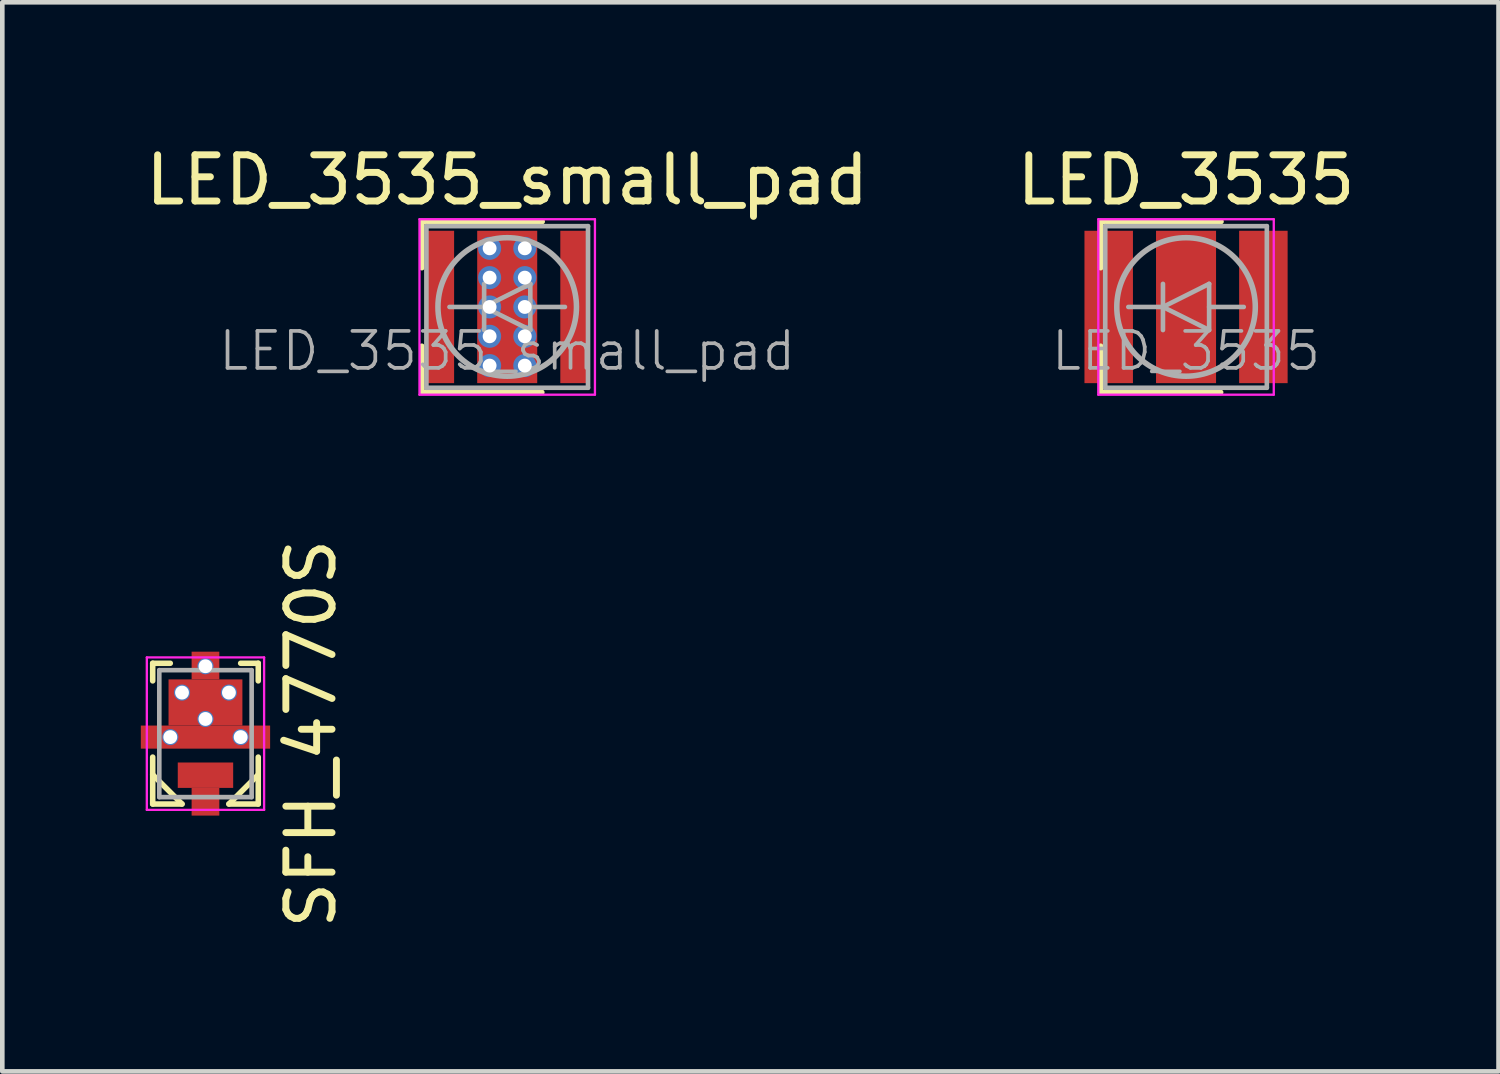
<source format=kicad_pcb>
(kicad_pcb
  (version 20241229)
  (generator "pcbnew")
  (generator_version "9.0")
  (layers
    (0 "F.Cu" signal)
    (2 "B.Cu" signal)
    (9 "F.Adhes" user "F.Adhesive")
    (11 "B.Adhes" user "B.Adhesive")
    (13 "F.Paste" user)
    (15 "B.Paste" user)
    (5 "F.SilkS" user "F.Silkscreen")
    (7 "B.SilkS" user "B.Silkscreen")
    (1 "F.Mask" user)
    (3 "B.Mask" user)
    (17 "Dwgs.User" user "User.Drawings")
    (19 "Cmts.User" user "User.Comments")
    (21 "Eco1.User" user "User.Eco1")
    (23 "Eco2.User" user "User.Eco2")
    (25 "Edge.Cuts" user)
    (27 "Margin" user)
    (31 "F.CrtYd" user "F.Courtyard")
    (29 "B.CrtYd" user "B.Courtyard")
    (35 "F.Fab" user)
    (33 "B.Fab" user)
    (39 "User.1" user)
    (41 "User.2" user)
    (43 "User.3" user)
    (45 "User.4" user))
  (footprint "LED_3535_small_pad"
    (layer "F.Cu")
    (at 7.935 3.598)
    (property "Reference" "LED_3535_small_pad" (at 0 -2.75 0) (layer "F.SilkS") (effects (font (size 1 1) (thickness 0.15))))
    (attr smd)
    (fp_line (start -1.85 -1.85) (end -1.85 -0.85) (stroke (width 0.12) (type solid)) (layer "F.SilkS"))
    (fp_line (start -1.85 1.85) (end -1.85 0.85) (stroke (width 0.12) (type solid)) (layer "F.SilkS"))
    (fp_line (start 0.75 1.85) (end -1.85 1.85) (stroke (width 0.12) (type solid)) (layer "F.SilkS"))
    (fp_line (start 0.758 -1.85) (end -1.841 -1.85) (stroke (width 0.12) (type solid)) (layer "F.SilkS"))
    (fp_line (start -1.9 -1.9) (end -1.9 1.9) (stroke (width 0.05) (type solid)) (layer "F.CrtYd"))
    (fp_line (start -1.9 1.9) (end 1.9 1.9) (stroke (width 0.05) (type solid)) (layer "F.CrtYd"))
    (fp_line (start 1.9 -1.9) (end -1.9 -1.9) (stroke (width 0.05) (type solid)) (layer "F.CrtYd"))
    (fp_line (start 1.9 1.9) (end 1.9 -1.9) (stroke (width 0.05) (type solid)) (layer "F.CrtYd"))
    (fp_line (start -1.75 -1.75) (end -1.75 1.75) (stroke (width 0.1) (type solid)) (layer "F.Fab"))
    (fp_line (start -1.75 1.75) (end 1.75 1.75) (stroke (width 0.1) (type solid)) (layer "F.Fab"))
    (fp_line (start -1.25 0) (end -0.5 0) (stroke (width 0.1) (type solid)) (layer "F.Fab"))
    (fp_line (start -0.5 -0.5) (end -0.5 0.5) (stroke (width 0.1) (type solid)) (layer "F.Fab"))
    (fp_line (start -0.5 0) (end 0.5 -0.5) (stroke (width 0.1) (type solid)) (layer "F.Fab"))
    (fp_line (start 0.5 -0.5) (end 0.5 0.5) (stroke (width 0.1) (type solid)) (layer "F.Fab"))
    (fp_line (start 0.5 0.5) (end -0.5 0) (stroke (width 0.1) (type solid)) (layer "F.Fab"))
    (fp_line (start 1.25 0) (end 0.5 0) (stroke (width 0.1) (type solid)) (layer "F.Fab"))
    (fp_line (start 1.75 -1.75) (end -1.75 -1.75) (stroke (width 0.1) (type solid)) (layer "F.Fab"))
    (fp_line (start 1.75 -1.75) (end 1.75 1.75) (stroke (width 0.1) (type solid)) (layer "F.Fab"))
    (fp_circle (center 0 0) (end 1.5 0) (stroke (width 0.12) (type solid)) (fill no) (layer "F.Fab"))
    (fp_text user "${REFERENCE}" (at 0 0.953 0) (layer "F.Fab") (effects (font (size 0.8 0.8) (thickness 0.08))))
    (pad "" smd rect (at 0 -1.079) (size 1.1 1) (layers "F.Paste"))
    (pad "" smd rect (at 0 0) (size 1.1 1) (layers "F.Paste"))
    (pad "" smd rect (at 0 0) (size 3.3 3.3) (layers "B.Mask"))
    (pad "" smd rect (at 0 1.079) (size 1.1 1) (layers "F.Paste"))
    (pad "1" smd rect (at -1.45 0) (size 0.6 3.3) (layers "F.Cu" "F.Mask" "F.Paste"))
    (pad "2" smd rect (at 1.45 0) (size 0.6 3.3) (layers "F.Cu" "F.Mask" "F.Paste"))
    (pad "3" thru_hole circle (at -0.381 -1.27) (size 0.5 0.5) (drill 0.3) (layers "*.Cu"))
    (pad "3" thru_hole circle (at -0.381 -0.635) (size 0.5 0.5) (drill 0.3) (layers "*.Cu"))
    (pad "3" thru_hole circle (at -0.381 0) (size 0.5 0.5) (drill 0.3) (layers "*.Cu"))
    (pad "3" thru_hole circle (at -0.381 0.635) (size 0.5 0.5) (drill 0.3) (layers "*.Cu"))
    (pad "3" thru_hole circle (at -0.381 1.27) (size 0.5 0.5) (drill 0.3) (layers "*.Cu"))
    (pad "3" smd rect (at 0 0) (size 1.3 3.3) (layers "*.Mask" "F.Cu"))
    (pad "3" thru_hole circle (at 0.381 -1.27) (size 0.5 0.5) (drill 0.3) (layers "*.Cu"))
    (pad "3" thru_hole circle (at 0.381 -0.635) (size 0.5 0.5) (drill 0.3) (layers "*.Cu"))
    (pad "3" thru_hole circle (at 0.381 0) (size 0.5 0.5) (drill 0.3) (layers "*.Cu"))
    (pad "3" thru_hole circle (at 0.381 0.635) (size 0.5 0.5) (drill 0.3) (layers "*.Cu"))
    (pad "3" thru_hole circle (at 0.381 1.27) (size 0.5 0.5) (drill 0.3) (layers "*.Cu")))
  (footprint "LED_3535"
    (layer "F.Cu")
    (at 22.637 3.598)
    (property "Reference" "LED_3535" (at 0 -2.75 0) (layer "F.SilkS") (effects (font (size 1 1) (thickness 0.15))))
    (attr smd)
    (fp_line (start -1.85 -1.85) (end -1.85 -0.85) (stroke (width 0.12) (type solid)) (layer "F.SilkS"))
    (fp_line (start -1.85 1.85) (end -1.85 0.85) (stroke (width 0.12) (type solid)) (layer "F.SilkS"))
    (fp_line (start 0.75 1.85) (end -1.85 1.85) (stroke (width 0.12) (type solid)) (layer "F.SilkS"))
    (fp_line (start 0.758 -1.85) (end -1.841 -1.85) (stroke (width 0.12) (type solid)) (layer "F.SilkS"))
    (fp_line (start -1.9 -1.9) (end -1.9 1.9) (stroke (width 0.05) (type solid)) (layer "F.CrtYd"))
    (fp_line (start -1.9 1.9) (end 1.9 1.9) (stroke (width 0.05) (type solid)) (layer "F.CrtYd"))
    (fp_line (start 1.9 -1.9) (end -1.9 -1.9) (stroke (width 0.05) (type solid)) (layer "F.CrtYd"))
    (fp_line (start 1.9 1.9) (end 1.9 -1.9) (stroke (width 0.05) (type solid)) (layer "F.CrtYd"))
    (fp_line (start -1.75 -1.75) (end -1.75 1.75) (stroke (width 0.1) (type solid)) (layer "F.Fab"))
    (fp_line (start -1.75 1.75) (end 1.75 1.75) (stroke (width 0.1) (type solid)) (layer "F.Fab"))
    (fp_line (start -1.25 0) (end -0.5 0) (stroke (width 0.1) (type solid)) (layer "F.Fab"))
    (fp_line (start -0.5 -0.5) (end -0.5 0.5) (stroke (width 0.1) (type solid)) (layer "F.Fab"))
    (fp_line (start -0.5 0) (end 0.5 -0.5) (stroke (width 0.1) (type solid)) (layer "F.Fab"))
    (fp_line (start 0.5 -0.5) (end 0.5 0.5) (stroke (width 0.1) (type solid)) (layer "F.Fab"))
    (fp_line (start 0.5 0.5) (end -0.5 0) (stroke (width 0.1) (type solid)) (layer "F.Fab"))
    (fp_line (start 1.25 0) (end 0.5 0) (stroke (width 0.1) (type solid)) (layer "F.Fab"))
    (fp_line (start 1.75 -1.75) (end -1.75 -1.75) (stroke (width 0.1) (type solid)) (layer "F.Fab"))
    (fp_line (start 1.75 -1.75) (end 1.75 1.75) (stroke (width 0.1) (type solid)) (layer "F.Fab"))
    (fp_circle (center 0 0) (end 1.5 0) (stroke (width 0.12) (type solid)) (fill no) (layer "F.Fab"))
    (fp_text user "${REFERENCE}" (at 0 0.953 0) (layer "F.Fab") (effects (font (size 0.8 0.8) (thickness 0.08))))
    (pad "" smd rect (at 0 -1) (size 1.01 0.75) (layers "F.Paste"))
    (pad "" smd rect (at 0 0) (size 1.01 0.75) (layers "F.Paste"))
    (pad "" smd rect (at 0 1) (size 1.01 0.75) (layers "F.Paste"))
    (pad "1" smd rect (at -1.675 0) (size 1.05 3.3) (layers "F.Cu" "F.Mask" "F.Paste"))
    (pad "2" smd rect (at 1.675 0) (size 1.05 3.3) (layers "F.Cu" "F.Mask" "F.Paste"))
    (pad "3" smd rect (at 0 0) (size 1.3 3.3) (layers "F.Cu" "F.Mask")))
  (footprint "SFH_4770S"
    (layer "F.Cu")
    (at 1.4 12.839)
    (property "Reference" "SFH_4770S" (at 2.286 0 90) (layer "F.SilkS") (effects (font (size 1 1) (thickness 0.15))))
    (attr smd)
    (fp_line (start -1.143 -1.524) (end -0.762 -1.524) (stroke (width 0.12) (type solid)) (layer "F.SilkS"))
    (fp_line (start -1.143 -1.143) (end -1.143 -1.524) (stroke (width 0.12) (type solid)) (layer "F.SilkS"))
    (fp_line (start -1.143 0.508) (end -1.143 1.524) (stroke (width 0.12) (type solid)) (layer "F.SilkS"))
    (fp_line (start -1.143 1.524) (end -0.508 1.524) (stroke (width 0.12) (type solid)) (layer "F.SilkS"))
    (fp_line (start -0.508 1.524) (end -1.143 0.889) (stroke (width 0.12) (type solid)) (layer "F.SilkS"))
    (fp_line (start 0.508 1.524) (end 1.143 0.889) (stroke (width 0.12) (type solid)) (layer "F.SilkS"))
    (fp_line (start 0.508 1.524) (end 1.143 1.524) (stroke (width 0.12) (type solid)) (layer "F.SilkS"))
    (fp_line (start 0.762 -1.524) (end 1.143 -1.524) (stroke (width 0.12) (type solid)) (layer "F.SilkS"))
    (fp_line (start 1.143 -1.524) (end 1.143 -1.143) (stroke (width 0.12) (type solid)) (layer "F.SilkS"))
    (fp_line (start 1.143 1.524) (end 1.143 0.508) (stroke (width 0.12) (type solid)) (layer "F.SilkS"))
    (fp_line (start -1.27 -1.651) (end 1.27 -1.651) (stroke (width 0.05) (type solid)) (layer "F.CrtYd"))
    (fp_line (start -1.27 1.651) (end -1.27 -1.651) (stroke (width 0.05) (type solid)) (layer "F.CrtYd"))
    (fp_line (start 1.27 -1.651) (end 1.27 1.651) (stroke (width 0.05) (type solid)) (layer "F.CrtYd"))
    (fp_line (start 1.27 1.651) (end -1.27 1.651) (stroke (width 0.05) (type solid)) (layer "F.CrtYd"))
    (fp_line (start -1 -1.375) (end -1 1.375) (stroke (width 0.1) (type solid)) (layer "F.Fab"))
    (fp_line (start -1 -1.375) (end 1 -1.375) (stroke (width 0.1) (type solid)) (layer "F.Fab"))
    (fp_line (start 1 1.375) (end -1 1.375) (stroke (width 0.1) (type solid)) (layer "F.Fab"))
    (fp_line (start 1 1.375) (end 1 -1.375) (stroke (width 0.1) (type solid)) (layer "F.Fab"))
    (pad "" smd rect (at -0.725 0.075) (size 1.25 0.4) (layers "F.Paste"))
    (pad "" smd rect (at -0.425 -0.625) (size 0.65 1) (layers "F.Paste"))
    (pad "" smd rect (at 0 -1.525) (size 0.5 0.4) (layers "F.Paste"))
    (pad "" smd rect (at 0 0.875) (size 1.1 0.4) (layers "F.Paste"))
    (pad "" smd rect (at 0 1.375) (size 0.5 0.6) (layers "F.Paste"))
    (pad "" smd rect (at 0.425 -0.625) (size 0.65 1) (layers "F.Paste"))
    (pad "" smd rect (at 0.725 0.075) (size 1.25 0.4) (layers "F.Paste"))
    (pad "1" smd rect (at 0 0.9) (size 1.2 0.55) (layers "F.Cu" "F.Mask"))
    (pad "1" smd rect (at 0 1.475) (size 0.6 0.6) (layers "F.Cu" "F.Mask"))
    (pad "2" thru_hole circle (at -0.762 0.075) (size 0.35 0.35) (drill 0.3) (layers "*.Cu" "*.Mask"))
    (pad "2" thru_hole circle (at -0.508 -0.889) (size 0.35 0.35) (drill 0.3) (layers "*.Cu" "*.Mask"))
    (pad "2" smd rect (at 0 -1.475) (size 0.6 0.6) (layers "F.Cu" "F.Mask"))
    (pad "2" thru_hole circle (at 0 -1.46) (size 0.35 0.35) (drill 0.3) (layers "*.Cu" "*.Mask"))
    (pad "2" smd rect (at 0 -0.675) (size 1.6 1) (layers "F.Cu" "F.Mask"))
    (pad "2" thru_hole circle (at 0 -0.318) (size 0.35 0.35) (drill 0.3) (layers "*.Cu" "*.Mask"))
    (pad "2" smd rect (at 0 0.075) (size 2.8 0.5) (layers "F.Cu" "F.Mask"))
    (pad "2" thru_hole circle (at 0.508 -0.889) (size 0.35 0.35) (drill 0.3) (layers "*.Cu" "*.Mask"))
    (pad "2" thru_hole circle (at 0.762 0.075) (size 0.35 0.35) (drill 0.3) (layers "*.Cu" "*.Mask")))
  (gr_rect
    (start -3 -3)
    (end 29.405 20.154)
    (stroke (width 0.1) (type default))
    (fill no)
    (layer "Edge.Cuts")))
</source>
